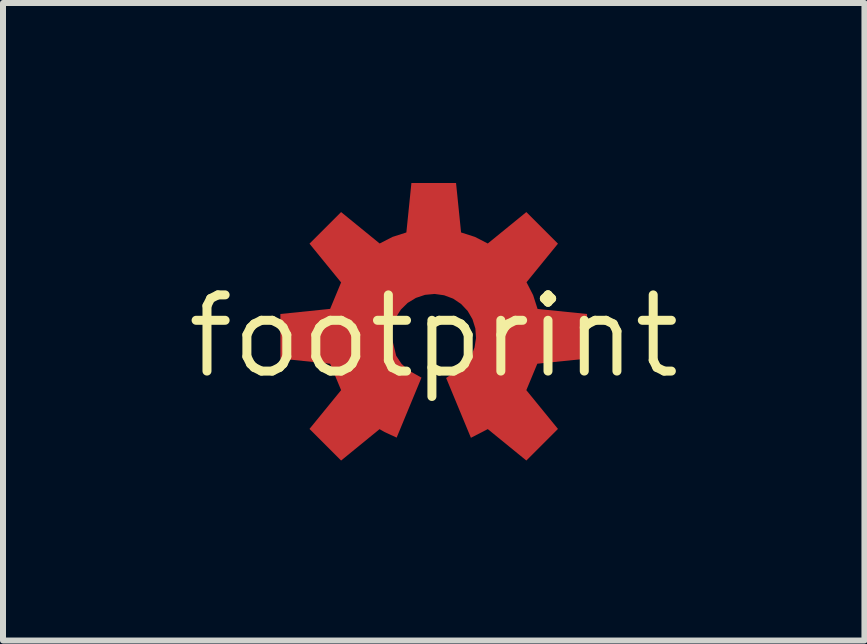
<source format=kicad_pcb>
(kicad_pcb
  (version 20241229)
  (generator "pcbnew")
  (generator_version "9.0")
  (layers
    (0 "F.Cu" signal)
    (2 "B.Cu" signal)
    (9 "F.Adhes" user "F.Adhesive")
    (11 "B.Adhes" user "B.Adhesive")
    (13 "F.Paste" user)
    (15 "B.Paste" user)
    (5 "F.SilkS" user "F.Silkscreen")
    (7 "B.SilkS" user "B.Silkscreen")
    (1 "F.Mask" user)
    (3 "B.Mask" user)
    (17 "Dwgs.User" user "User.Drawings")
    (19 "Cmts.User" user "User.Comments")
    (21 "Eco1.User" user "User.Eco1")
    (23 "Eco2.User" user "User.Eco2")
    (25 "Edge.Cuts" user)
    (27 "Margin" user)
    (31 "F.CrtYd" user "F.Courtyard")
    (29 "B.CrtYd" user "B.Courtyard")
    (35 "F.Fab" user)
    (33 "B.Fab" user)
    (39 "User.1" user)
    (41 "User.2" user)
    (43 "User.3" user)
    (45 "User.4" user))
  (footprint "footprint"
    (layer "F.Cu")
    (at 4.18 2.556)
    (property "Reference" "footprint" (at 0 0 0) (layer "F.SilkS") (effects (font (size 1.27 1.27) (thickness 0.15))))
    (fp_poly (pts (xy 0.456 -1.731) (xy 0.687 -1.657) (xy 0.901 -1.547) (xy 1.544 -2.071) (xy 2.071 -1.544) (xy 1.547 -0.901) (xy 1.657 -0.687) (xy 1.731 -0.456) (xy 2.556 -0.372) (xy 2.556 0.372) (xy 1.727 0.457) (xy 1.544 0.898) (xy 2.071 1.544) (xy 1.544 2.071) (xy 0.901 1.547) (xy 0.62 1.692) (xy 0.207 0.695) (xy 0.532 0.464) (xy 0.621 0.336) (xy 0.68 0.187) (xy 0.705 0.029) (xy 0.694 -0.131) (xy 0.646 -0.284) (xy 0.566 -0.422) (xy 0.456 -0.539) (xy 0.323 -0.628) (xy 0.173 -0.684) (xy 0.015 -0.706) (xy -0.145 -0.691) (xy -0.297 -0.64) (xy -0.434 -0.557) (xy -0.548 -0.445) (xy -0.634 -0.31) (xy -0.688 -0.159) (xy -0.705 -0.005) (xy -0.626 0.324) (xy -0.537 0.458) (xy -0.415 0.571) (xy -0.204 0.689) (xy -0.618 1.689) (xy -0.821 1.595) (xy -0.903 1.548) (xy -1.544 2.071) (xy -2.071 1.544) (xy -1.544 0.898) (xy -1.727 0.457) (xy -2.556 0.372) (xy -2.556 -0.372) (xy -1.727 -0.457) (xy -1.544 -0.898) (xy -2.071 -1.544) (xy -1.544 -2.071) (xy -0.901 -1.547) (xy -0.687 -1.657) (xy -0.456 -1.731) (xy -0.372 -2.556) (xy 0.372 -2.556)) (stroke (width 0) (type solid)) (fill yes) (layer "F.Cu")))
  (gr_rect
    (start -3 -3)
    (end 11.36 7.627)
    (stroke (width 0.1) (type default))
    (fill no)
    (layer "Edge.Cuts")))
</source>
